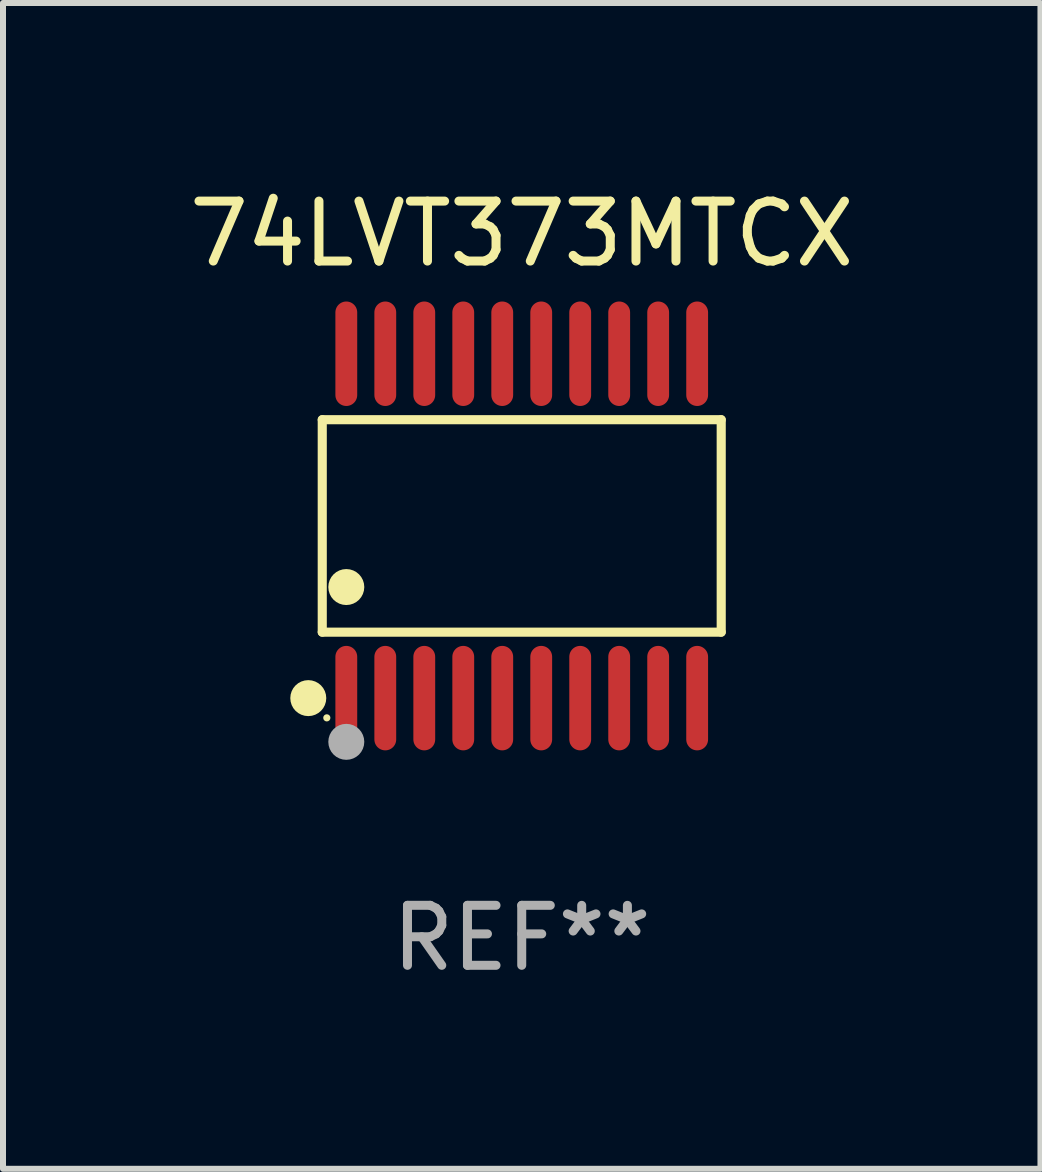
<source format=kicad_pcb>
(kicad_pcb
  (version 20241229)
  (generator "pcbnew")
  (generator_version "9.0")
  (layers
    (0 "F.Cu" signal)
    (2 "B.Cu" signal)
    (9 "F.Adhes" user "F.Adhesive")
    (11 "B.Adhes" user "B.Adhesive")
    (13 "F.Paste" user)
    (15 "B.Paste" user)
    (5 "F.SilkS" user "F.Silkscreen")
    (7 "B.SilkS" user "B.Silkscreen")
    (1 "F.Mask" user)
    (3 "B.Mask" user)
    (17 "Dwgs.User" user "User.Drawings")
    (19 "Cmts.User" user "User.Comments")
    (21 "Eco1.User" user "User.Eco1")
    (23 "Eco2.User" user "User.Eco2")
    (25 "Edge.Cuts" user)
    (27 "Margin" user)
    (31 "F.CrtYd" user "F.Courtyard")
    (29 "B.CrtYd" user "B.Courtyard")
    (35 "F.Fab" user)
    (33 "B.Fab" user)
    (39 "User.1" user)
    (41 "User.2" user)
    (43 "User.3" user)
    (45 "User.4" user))
  (footprint "74LVT373MTCX"
    (layer "F.Cu")
    (at 5.649 5.719)
    (property "Reference" "74LVT373MTCX" (at 0 -4.871 0) (layer "F.SilkS") (effects (font (size 1 1) (thickness 0.15))))
    (attr through_hole)
    (fp_line (start -3.326 -1.771) (end 3.326 -1.771) (stroke (width 0.152) (type solid)) (layer "F.SilkS"))
    (fp_line (start -3.326 1.771) (end -3.326 -1.771) (stroke (width 0.152) (type solid)) (layer "F.SilkS"))
    (fp_line (start 3.326 -1.771) (end 3.326 1.771) (stroke (width 0.152) (type solid)) (layer "F.SilkS"))
    (fp_line (start 3.326 1.771) (end -3.326 1.771) (stroke (width 0.152) (type solid)) (layer "F.SilkS"))
    (fp_circle (center -3.559 2.871) (end -3.409 2.871) (stroke (width 0.3) (type solid)) (fill no) (layer "F.SilkS"))
    (fp_circle (center -3.25 3.2) (end -3.22 3.2) (stroke (width 0.06) (type solid)) (fill no) (layer "F.SilkS"))
    (fp_circle (center -2.925 1.019) (end -2.775 1.019) (stroke (width 0.3) (type solid)) (fill no) (layer "F.SilkS"))
    (fp_circle (center -2.925 3.6) (end -2.775 3.6) (stroke (width 0.3) (type solid)) (fill no) (layer "F.Fab"))
    (fp_text user "REF**" (at 0 6.871 0) (layer "F.Fab") (effects (font (size 1 1) (thickness 0.15))))
    (pad "1" smd oval (at -2.925 2.871) (size 0.364 1.742) (layers "F.Cu" "F.Mask" "F.Paste"))
    (pad "2" smd oval (at -2.275 2.871) (size 0.364 1.742) (layers "F.Cu" "F.Mask" "F.Paste"))
    (pad "3" smd oval (at -1.625 2.871) (size 0.364 1.742) (layers "F.Cu" "F.Mask" "F.Paste"))
    (pad "4" smd oval (at -0.975 2.871) (size 0.364 1.742) (layers "F.Cu" "F.Mask" "F.Paste"))
    (pad "5" smd oval (at -0.325 2.871) (size 0.364 1.742) (layers "F.Cu" "F.Mask" "F.Paste"))
    (pad "6" smd oval (at 0.325 2.871) (size 0.364 1.742) (layers "F.Cu" "F.Mask" "F.Paste"))
    (pad "7" smd oval (at 0.975 2.871) (size 0.364 1.742) (layers "F.Cu" "F.Mask" "F.Paste"))
    (pad "8" smd oval (at 1.625 2.871) (size 0.364 1.742) (layers "F.Cu" "F.Mask" "F.Paste"))
    (pad "9" smd oval (at 2.275 2.871) (size 0.364 1.742) (layers "F.Cu" "F.Mask" "F.Paste"))
    (pad "10" smd oval (at 2.925 2.871) (size 0.364 1.742) (layers "F.Cu" "F.Mask" "F.Paste"))
    (pad "11" smd oval (at 2.925 -2.871) (size 0.364 1.742) (layers "F.Cu" "F.Mask" "F.Paste"))
    (pad "12" smd oval (at 2.275 -2.871) (size 0.364 1.742) (layers "F.Cu" "F.Mask" "F.Paste"))
    (pad "13" smd oval (at 1.625 -2.871) (size 0.364 1.742) (layers "F.Cu" "F.Mask" "F.Paste"))
    (pad "14" smd oval (at 0.975 -2.871) (size 0.364 1.742) (layers "F.Cu" "F.Mask" "F.Paste"))
    (pad "15" smd oval (at 0.325 -2.871) (size 0.364 1.742) (layers "F.Cu" "F.Mask" "F.Paste"))
    (pad "16" smd oval (at -0.325 -2.871) (size 0.364 1.742) (layers "F.Cu" "F.Mask" "F.Paste"))
    (pad "17" smd oval (at -0.975 -2.871) (size 0.364 1.742) (layers "F.Cu" "F.Mask" "F.Paste"))
    (pad "18" smd oval (at -1.625 -2.871) (size 0.364 1.742) (layers "F.Cu" "F.Mask" "F.Paste"))
    (pad "19" smd oval (at -2.275 -2.871) (size 0.364 1.742) (layers "F.Cu" "F.Mask" "F.Paste"))
    (pad "20" smd oval (at -2.925 -2.871) (size 0.364 1.742) (layers "F.Cu" "F.Mask" "F.Paste")))
  (gr_rect
    (start -3 -3)
    (end 14.298 16.438)
    (stroke (width 0.1) (type default))
    (fill no)
    (layer "Edge.Cuts")))
</source>
